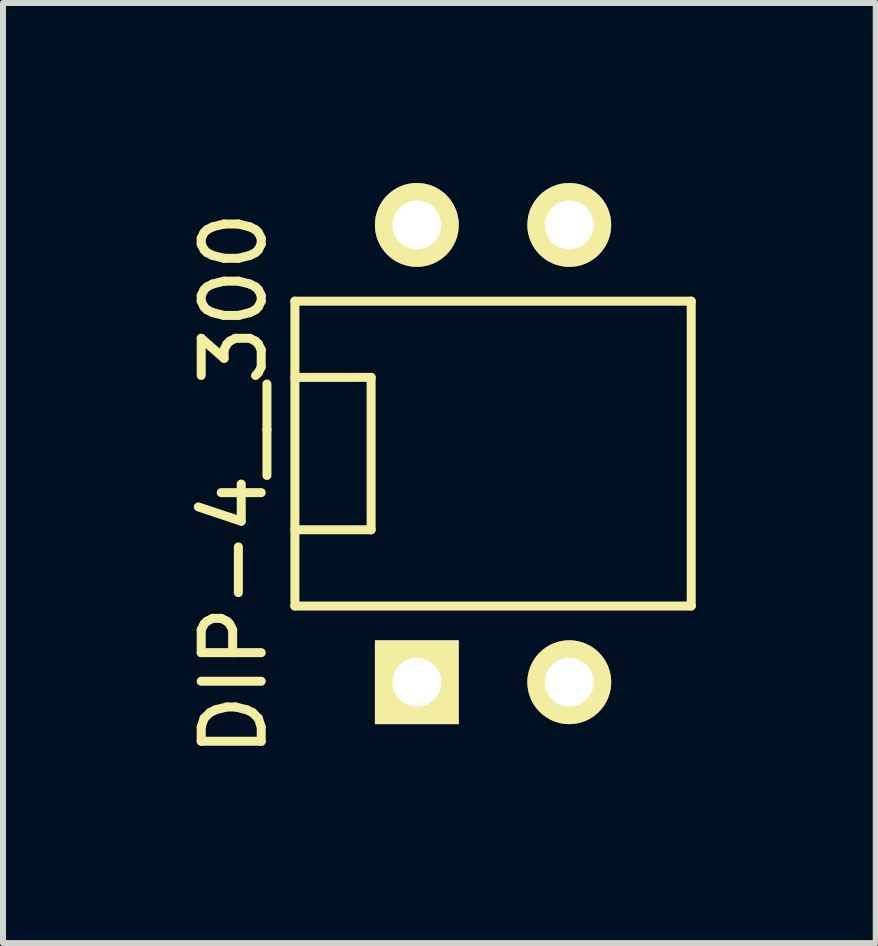
<source format=kicad_pcb>
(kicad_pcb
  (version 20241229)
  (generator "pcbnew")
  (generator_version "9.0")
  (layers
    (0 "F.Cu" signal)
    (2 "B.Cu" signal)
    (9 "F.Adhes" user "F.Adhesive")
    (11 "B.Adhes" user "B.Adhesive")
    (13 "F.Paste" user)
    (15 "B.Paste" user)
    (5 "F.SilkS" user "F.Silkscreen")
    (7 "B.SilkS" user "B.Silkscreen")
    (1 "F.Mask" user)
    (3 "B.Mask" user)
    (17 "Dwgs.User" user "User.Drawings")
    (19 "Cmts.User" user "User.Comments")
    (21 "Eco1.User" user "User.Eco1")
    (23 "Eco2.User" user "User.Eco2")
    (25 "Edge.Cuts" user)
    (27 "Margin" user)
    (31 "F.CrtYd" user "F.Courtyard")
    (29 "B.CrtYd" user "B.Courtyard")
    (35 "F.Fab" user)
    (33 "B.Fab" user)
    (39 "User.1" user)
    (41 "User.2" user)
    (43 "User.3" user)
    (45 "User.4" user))
  (footprint "DIP-4__300"
    (layer "F.Cu")
    (at 5.166 4.508)
    (property "Reference" "DIP-4__300" (at -4.318 0.508 90) (layer "F.SilkS") (effects (font (size 1 1) (thickness 0.15))))
    (attr through_hole)
    (fp_line (start -3.302 -2.54) (end -3.302 2.54) (stroke (width 0.15) (type solid)) (layer "F.SilkS"))
    (fp_line (start -3.302 -1.27) (end -2.032 -1.27) (stroke (width 0.15) (type solid)) (layer "F.SilkS"))
    (fp_line (start -3.302 2.54) (end 3.302 2.54) (stroke (width 0.15) (type solid)) (layer "F.SilkS"))
    (fp_line (start -2.032 -1.27) (end -2.032 1.27) (stroke (width 0.15) (type solid)) (layer "F.SilkS"))
    (fp_line (start -2.032 1.27) (end -3.302 1.27) (stroke (width 0.15) (type solid)) (layer "F.SilkS"))
    (fp_line (start 3.302 -2.54) (end -3.302 -2.54) (stroke (width 0.15) (type solid)) (layer "F.SilkS"))
    (fp_line (start 3.302 2.54) (end 3.302 -2.54) (stroke (width 0.15) (type solid)) (layer "F.SilkS"))
    (pad "1" thru_hole rect (at -1.27 3.81) (size 1.397 1.397) (drill 0.813) (layers "*.Cu" "*.Mask" "F.SilkS"))
    (pad "2" thru_hole circle (at 1.27 3.81) (size 1.397 1.397) (drill 0.813) (layers "*.Cu" "*.Mask" "F.SilkS"))
    (pad "9" thru_hole circle (at 1.27 -3.81) (size 1.397 1.397) (drill 0.813) (layers "*.Cu" "*.Mask" "F.SilkS"))
    (pad "10" thru_hole circle (at -1.27 -3.81) (size 1.397 1.397) (drill 0.813) (layers "*.Cu" "*.Mask" "F.SilkS")))
  (gr_rect
    (start -3 -3)
    (end 11.543 12.665)
    (stroke (width 0.1) (type default))
    (fill no)
    (layer "Edge.Cuts")))
</source>
